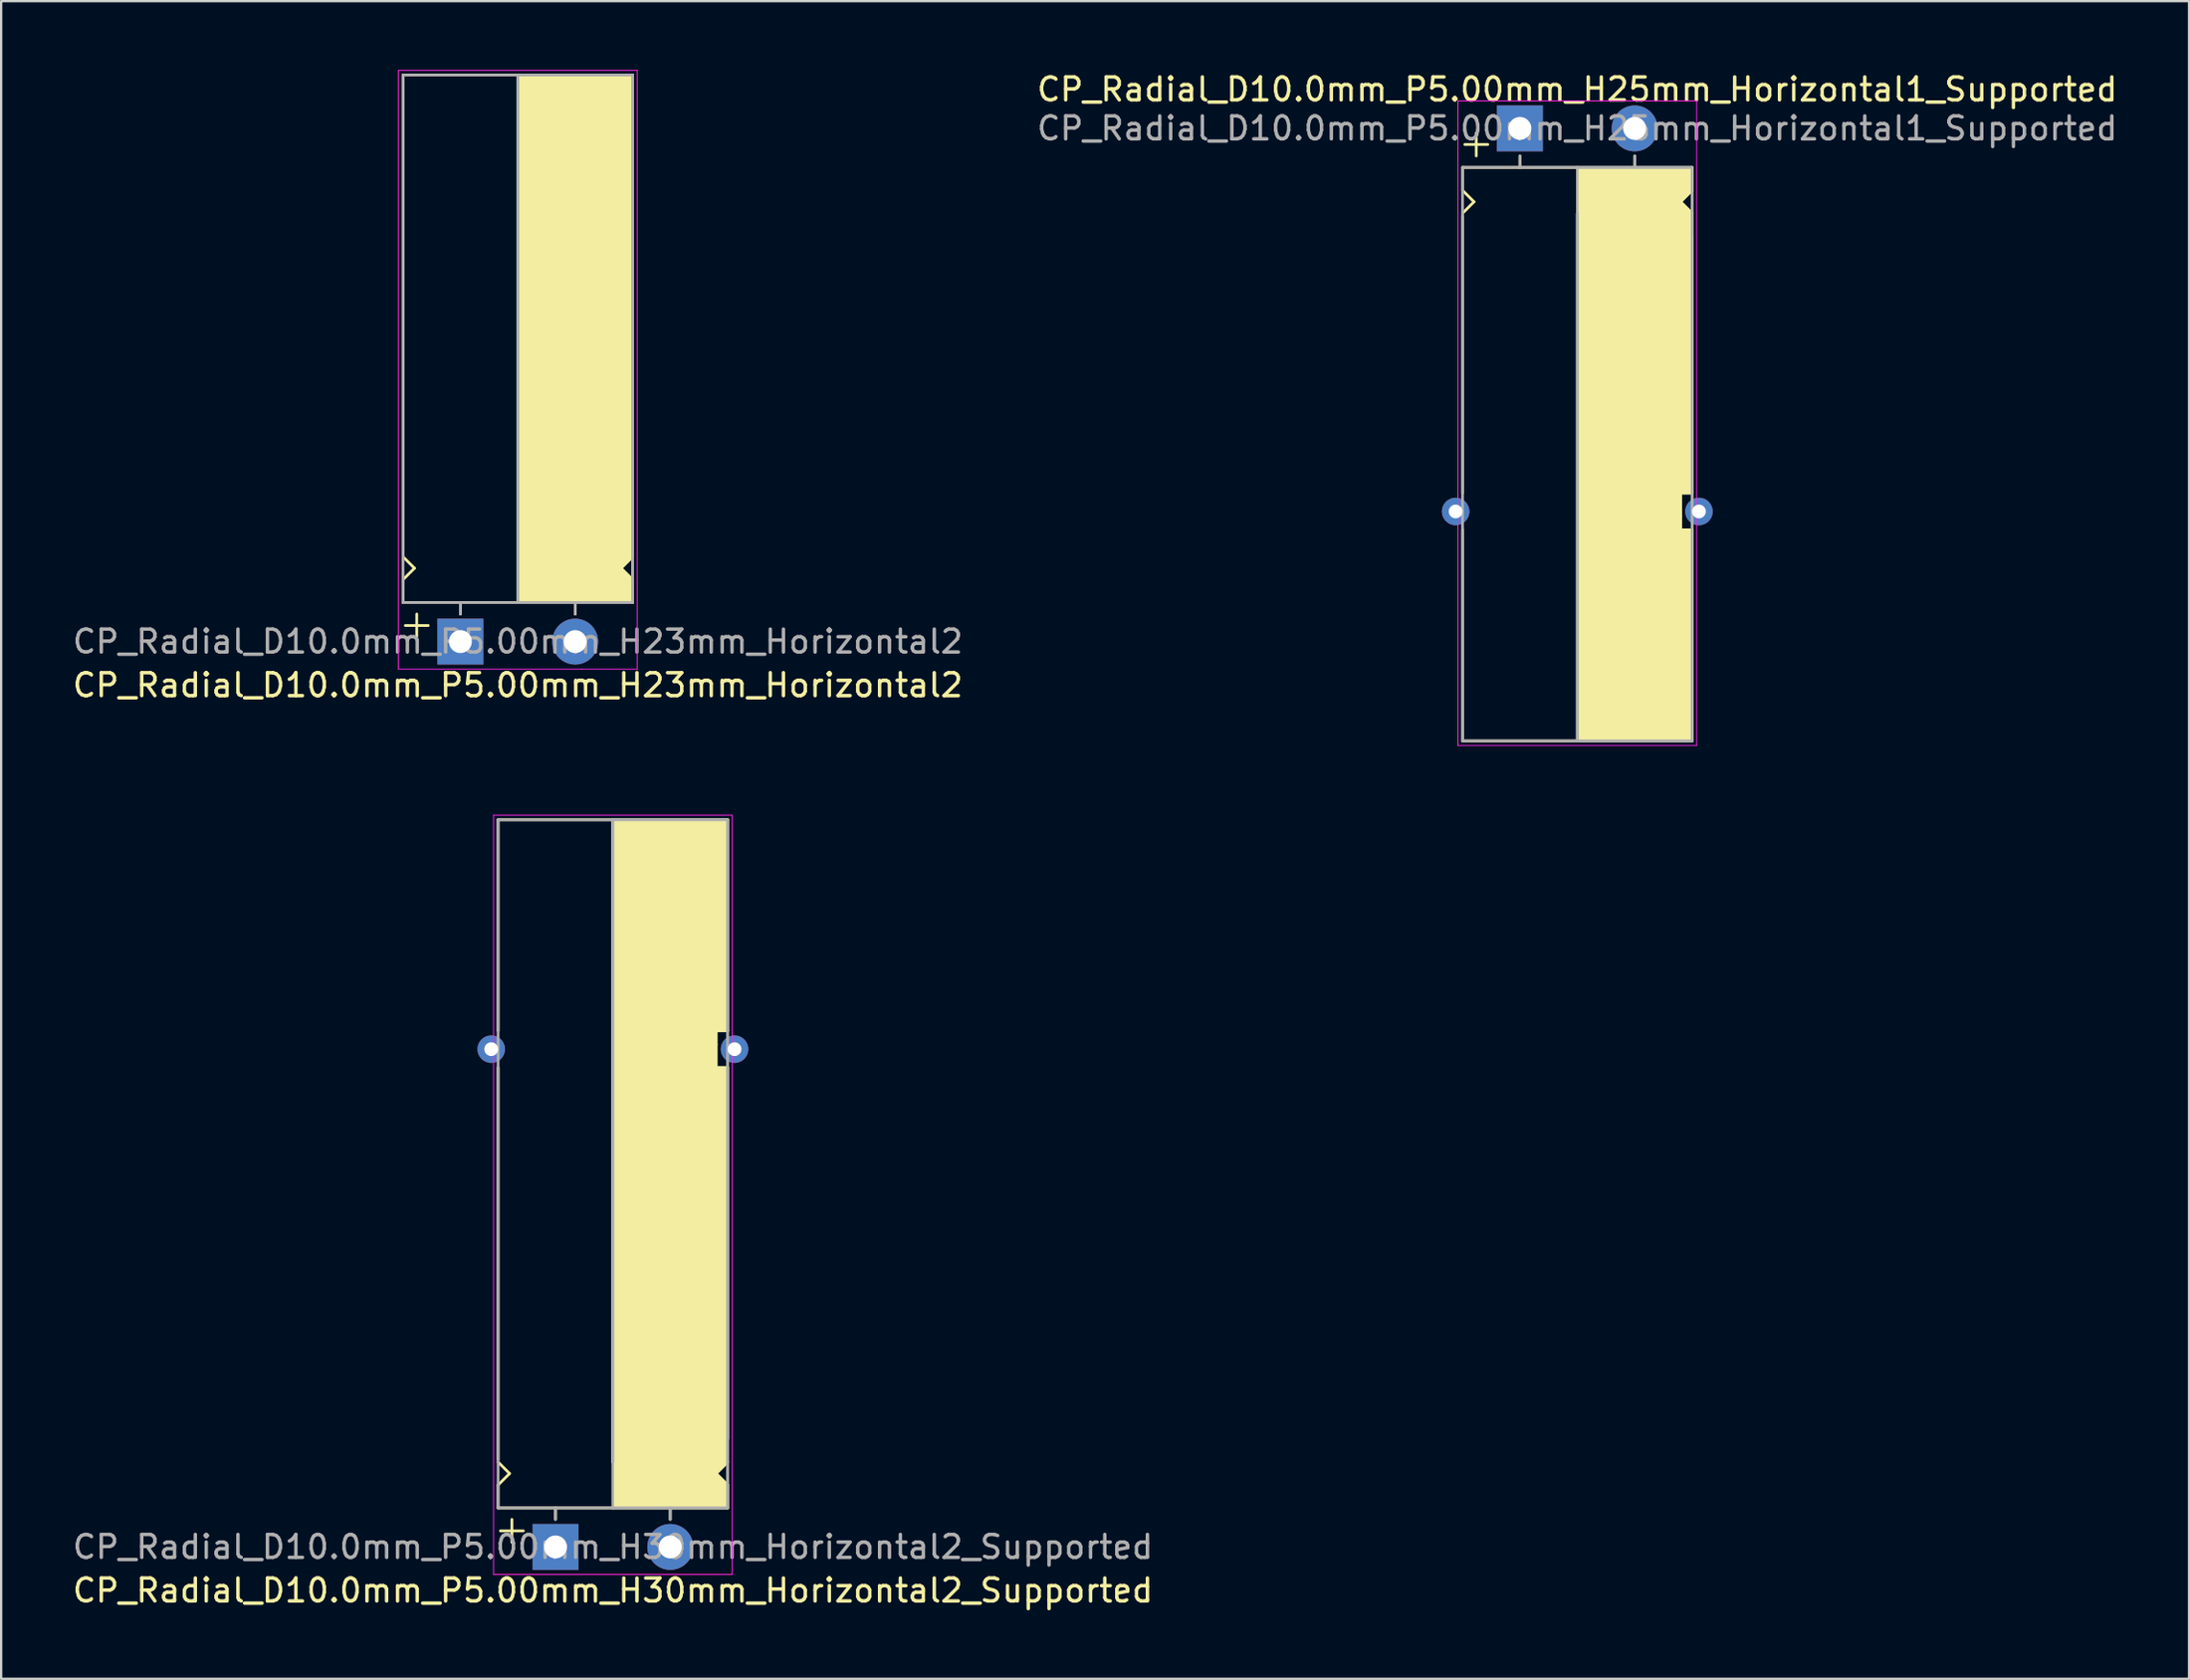
<source format=kicad_pcb>
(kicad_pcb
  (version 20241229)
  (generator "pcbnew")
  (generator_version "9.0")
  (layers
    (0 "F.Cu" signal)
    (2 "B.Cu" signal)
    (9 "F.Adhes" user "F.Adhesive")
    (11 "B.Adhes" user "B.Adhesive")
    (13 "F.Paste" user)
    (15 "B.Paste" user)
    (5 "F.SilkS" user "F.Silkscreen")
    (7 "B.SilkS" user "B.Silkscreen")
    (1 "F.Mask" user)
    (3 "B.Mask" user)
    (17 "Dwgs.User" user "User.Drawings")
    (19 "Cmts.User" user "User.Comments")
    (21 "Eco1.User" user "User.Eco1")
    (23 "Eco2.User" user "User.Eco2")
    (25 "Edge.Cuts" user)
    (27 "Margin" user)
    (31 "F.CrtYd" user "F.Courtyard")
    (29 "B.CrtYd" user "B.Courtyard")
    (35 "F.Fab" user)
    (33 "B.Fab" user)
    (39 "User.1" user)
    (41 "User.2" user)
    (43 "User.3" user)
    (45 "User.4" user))
  (footprint "CP_Radial_D10.0mm_P5.00mm_H23mm_Horizontal2"
    (layer "F.Cu")
    (at 17.006 24.92)
    (property "Reference" "CP_Radial_D10.0mm_P5.00mm_H23mm_Horizontal2" (at 2.5 1.9 0) (layer "F.SilkS") (effects (font (size 1 1) (thickness 0.15))))
    (attr through_hole)
    (fp_line (start -2.5 -24.7) (end 7.5 -24.7) (stroke (width 0.12) (type solid)) (layer "F.SilkS"))
    (fp_line (start -2.5 -11.7) (end -2.5 -24.7) (stroke (width 0.12) (type solid)) (layer "F.SilkS"))
    (fp_line (start -2.5 -3.7) (end -2.5 -11.7) (stroke (width 0.12) (type solid)) (layer "F.SilkS"))
    (fp_line (start -2.5 -2.7) (end -2 -3.2) (stroke (width 0.12) (type solid)) (layer "F.SilkS"))
    (fp_line (start -2.5 -1.7) (end -2.5 -2.7) (stroke (width 0.12) (type solid)) (layer "F.SilkS"))
    (fp_line (start -2 -3.2) (end -2.5 -3.7) (stroke (width 0.12) (type solid)) (layer "F.SilkS"))
    (fp_line (start -1.9 -1.2) (end -1.9 -0.2) (stroke (width 0.12) (type solid)) (layer "F.SilkS"))
    (fp_line (start -1.4 -0.7) (end -2.4 -0.7) (stroke (width 0.12) (type solid)) (layer "F.SilkS"))
    (fp_line (start 0 -1.7) (end 0 -1.2) (stroke (width 0.12) (type solid)) (layer "F.SilkS"))
    (fp_line (start 2.5 -24.7) (end 2.5 -1.7) (stroke (width 0.12) (type solid)) (layer "F.SilkS"))
    (fp_line (start 2.5 -1.7) (end -2.5 -1.7) (stroke (width 0.12) (type solid)) (layer "F.SilkS"))
    (fp_line (start 5 -1.7) (end 5 -1.2) (stroke (width 0.12) (type solid)) (layer "F.SilkS"))
    (fp_line (start 7 -3.2) (end 7.5 -3.7) (stroke (width 0.12) (type solid)) (layer "F.SilkS"))
    (fp_line (start 7.5 -11.7) (end 7.5 -24.7) (stroke (width 0.12) (type solid)) (layer "F.SilkS"))
    (fp_line (start 7.5 -3.7) (end 7.5 -11.7) (stroke (width 0.12) (type solid)) (layer "F.SilkS"))
    (fp_line (start 7.5 -2.7) (end 7 -3.2) (stroke (width 0.12) (type solid)) (layer "F.SilkS"))
    (fp_line (start 7.5 -1.7) (end 2.5 -1.7) (stroke (width 0.12) (type solid)) (layer "F.SilkS"))
    (fp_line (start 7.5 -1.7) (end 7.5 -2.7) (stroke (width 0.12) (type solid)) (layer "F.SilkS"))
    (fp_poly (pts (xy 7.5 -2.7) (xy 7 -3.2) (xy 7.5 -3.7) (xy 7.5 -24.7) (xy 2.5 -24.7) (xy 2.5 -1.7) (xy 7.5 -1.7)) (stroke (width 0.1) (type solid)) (fill yes) (layer "F.SilkS"))
    (fp_line (start -2.7 -24.9) (end -2.7 1.2) (stroke (width 0.04) (type solid)) (layer "F.CrtYd"))
    (fp_line (start -2.7 1.2) (end 5.3 1.2) (stroke (width 0.04) (type solid)) (layer "F.CrtYd"))
    (fp_line (start 5.3 1.2) (end 7.7 1.2) (stroke (width 0.04) (type solid)) (layer "F.CrtYd"))
    (fp_line (start 7.7 -24.9) (end -2.7 -24.9) (stroke (width 0.04) (type solid)) (layer "F.CrtYd"))
    (fp_line (start 7.7 1.2) (end 7.7 -24.9) (stroke (width 0.04) (type solid)) (layer "F.CrtYd"))
    (fp_line (start -2.5 -24.7) (end 7.5 -24.7) (stroke (width 0.12) (type solid)) (layer "F.Fab"))
    (fp_line (start -2.5 -1.7) (end -2.5 -24.7) (stroke (width 0.12) (type solid)) (layer "F.Fab"))
    (fp_line (start 0 -1.7) (end 0 -1.2) (stroke (width 0.12) (type solid)) (layer "F.Fab"))
    (fp_line (start 2.5 -1.7) (end 2.5 -24.7) (stroke (width 0.12) (type solid)) (layer "F.Fab"))
    (fp_line (start 5 -1.7) (end 5 -1.2) (stroke (width 0.12) (type solid)) (layer "F.Fab"))
    (fp_line (start 7.5 -24.7) (end 7.5 -1.7) (stroke (width 0.12) (type solid)) (layer "F.Fab"))
    (fp_line (start 7.5 -1.7) (end -2.5 -1.7) (stroke (width 0.12) (type solid)) (layer "F.Fab"))
    (fp_poly (pts (xy 7.5 -24.7) (xy 2.5 -24.7) (xy 2.5 -1.7) (xy 7.5 -1.7)) (stroke (width 0.1) (type solid)) (fill no) (layer "F.Fab"))
    (fp_text user "${REFERENCE}" (at 2.5 0 0) (layer "F.Fab") (effects (font (size 1 1) (thickness 0.15))))
    (pad "1" thru_hole rect (at 0 0) (size 2 2) (drill 1) (layers "*.Cu" "*.Mask"))
    (pad "2" thru_hole circle (at 5 0) (size 2 2) (drill 1) (layers "*.Cu" "*.Mask")))
  (footprint "CP_Radial_D10.0mm_P5.00mm_H30mm_Horizontal2_Supported"
    (layer "F.Cu")
    (at 21.149 64.388)
    (property "Reference" "CP_Radial_D10.0mm_P5.00mm_H30mm_Horizontal2_Supported" (at 2.5 1.9 0) (layer "F.SilkS") (effects (font (size 1 1) (thickness 0.15))))
    (attr through_hole)
    (fp_line (start -2.5 -31.7) (end 7.5 -31.7) (stroke (width 0.12) (type solid)) (layer "F.SilkS"))
    (fp_line (start -2.5 -22.5) (end -2.5 -31.7) (stroke (width 0.12) (type solid)) (layer "F.SilkS"))
    (fp_line (start -2.5 -3.8) (end -2.5 -20.9) (stroke (width 0.12) (type solid)) (layer "F.SilkS"))
    (fp_line (start -2.5 -2.7) (end -2 -3.2) (stroke (width 0.12) (type solid)) (layer "F.SilkS"))
    (fp_line (start -2.5 -1.7) (end -2.5 -2.7) (stroke (width 0.12) (type solid)) (layer "F.SilkS"))
    (fp_line (start -2 -3.2) (end -2.5 -3.7) (stroke (width 0.12) (type solid)) (layer "F.SilkS"))
    (fp_line (start -1.9 -1.2) (end -1.9 -0.2) (stroke (width 0.12) (type solid)) (layer "F.SilkS"))
    (fp_line (start -1.4 -0.7) (end -2.4 -0.7) (stroke (width 0.12) (type solid)) (layer "F.SilkS"))
    (fp_line (start 0 -1.7) (end 0 -1.2) (stroke (width 0.12) (type solid)) (layer "F.SilkS"))
    (fp_line (start 2.5 -31.7) (end 2.5 -3.7) (stroke (width 0.12) (type solid)) (layer "F.SilkS"))
    (fp_line (start 2.5 -1.7) (end -2.5 -1.7) (stroke (width 0.12) (type solid)) (layer "F.SilkS"))
    (fp_line (start 5 -1.7) (end 5 -1.2) (stroke (width 0.12) (type solid)) (layer "F.SilkS"))
    (fp_line (start 7 -22.5) (end 7 -21.9) (stroke (width 0.12) (type solid)) (layer "F.SilkS"))
    (fp_line (start 7 -21.9) (end 7 -20.9) (stroke (width 0.12) (type solid)) (layer "F.SilkS"))
    (fp_line (start 7 -20.9) (end 7.5 -20.9) (stroke (width 0.12) (type solid)) (layer "F.SilkS"))
    (fp_line (start 7 -3.2) (end 7.5 -3.7) (stroke (width 0.12) (type solid)) (layer "F.SilkS"))
    (fp_line (start 7.5 -22.5) (end 7 -22.5) (stroke (width 0.12) (type solid)) (layer "F.SilkS"))
    (fp_line (start 7.5 -22.5) (end 7.5 -31.7) (stroke (width 0.12) (type solid)) (layer "F.SilkS"))
    (fp_line (start 7.5 -4.7) (end 7.5 -20.9) (stroke (width 0.12) (type solid)) (layer "F.SilkS"))
    (fp_line (start 7.5 -2.7) (end 7 -3.2) (stroke (width 0.12) (type solid)) (layer "F.SilkS"))
    (fp_line (start 7.5 -1.7) (end 2.5 -1.7) (stroke (width 0.12) (type solid)) (layer "F.SilkS"))
    (fp_line (start 7.5 -1.7) (end 7.5 -2.7) (stroke (width 0.12) (type solid)) (layer "F.SilkS"))
    (fp_poly (pts (xy 7.5 -2.7) (xy 7 -3.2) (xy 7.5 -3.7) (xy 7.5 -20.9) (xy 7 -20.9) (xy 7 -22.5) (xy 7.5 -22.5) (xy 7.5 -31.7) (xy 2.5 -31.7) (xy 2.5 -1.7) (xy 7.5 -1.7)) (stroke (width 0.1) (type solid)) (fill yes) (layer "F.SilkS"))
    (fp_line (start -2.7 -31.9) (end -2.7 1.2) (stroke (width 0.04) (type solid)) (layer "F.CrtYd"))
    (fp_line (start -2.7 1.2) (end 5.3 1.2) (stroke (width 0.04) (type solid)) (layer "F.CrtYd"))
    (fp_line (start 5.3 1.2) (end 7.7 1.2) (stroke (width 0.04) (type solid)) (layer "F.CrtYd"))
    (fp_line (start 7.7 -31.9) (end -2.7 -31.9) (stroke (width 0.04) (type solid)) (layer "F.CrtYd"))
    (fp_line (start 7.7 1.2) (end 7.7 -31.9) (stroke (width 0.04) (type solid)) (layer "F.CrtYd"))
    (fp_line (start -2.5 -31.7) (end 7.5 -31.7) (stroke (width 0.12) (type solid)) (layer "F.Fab"))
    (fp_line (start -2.5 -1.7) (end -2.5 -31.7) (stroke (width 0.12) (type solid)) (layer "F.Fab"))
    (fp_line (start 0 -1.7) (end 0 -1.2) (stroke (width 0.12) (type solid)) (layer "F.Fab"))
    (fp_line (start 2.5 -3.7) (end 2.5 -31.7) (stroke (width 0.12) (type solid)) (layer "F.Fab"))
    (fp_line (start 5 -1.7) (end 5 -1.2) (stroke (width 0.12) (type solid)) (layer "F.Fab"))
    (fp_line (start 7.5 -31.7) (end 7.5 -1.7) (stroke (width 0.12) (type solid)) (layer "F.Fab"))
    (fp_line (start 7.5 -1.7) (end -2.5 -1.7) (stroke (width 0.12) (type solid)) (layer "F.Fab"))
    (fp_poly (pts (xy 7.5 -31.7) (xy 2.5 -31.7) (xy 2.5 -1.7) (xy 7.5 -1.7)) (stroke (width 0.1) (type solid)) (fill no) (layer "F.Fab"))
    (fp_text user "${REFERENCE}" (at 2.5 0 0) (layer "F.Fab") (effects (font (size 1 1) (thickness 0.15))))
    (pad "" thru_hole circle (at -2.8 -21.7 180) (size 1.2 1.2) (drill 0.6) (layers "*.Cu" "*.Mask"))
    (pad "" thru_hole circle (at 7.8 -21.7 180) (size 1.2 1.2) (drill 0.6) (layers "*.Cu" "*.Mask"))
    (pad "1" thru_hole rect (at 0 0) (size 2 2) (drill 1) (layers "*.Cu" "*.Mask"))
    (pad "2" thru_hole circle (at 5 0) (size 2 2) (drill 1) (layers "*.Cu" "*.Mask")))
  (footprint "CP_Radial_D10.0mm_P5.00mm_H25mm_Horizontal1_Supported"
    (layer "F.Cu")
    (at 63.161 2.548)
    (property "Reference" "CP_Radial_D10.0mm_P5.00mm_H25mm_Horizontal1_Supported" (at 2.5 -1.7 0) (layer "F.SilkS") (effects (font (size 1 1) (thickness 0.15))))
    (attr through_hole)
    (fp_line (start -2.5 1.7) (end -2.5 2.7) (stroke (width 0.12) (type solid)) (layer "F.SilkS"))
    (fp_line (start -2.5 2.7) (end -2 3.2) (stroke (width 0.12) (type solid)) (layer "F.SilkS"))
    (fp_line (start -2.5 3.8) (end -2.5 15.9) (stroke (width 0.12) (type solid)) (layer "F.SilkS"))
    (fp_line (start -2.5 17.5) (end -2.5 26.7) (stroke (width 0.12) (type solid)) (layer "F.SilkS"))
    (fp_line (start -2.5 26.7) (end 7.5 26.7) (stroke (width 0.12) (type solid)) (layer "F.SilkS"))
    (fp_line (start -2 3.2) (end -2.5 3.7) (stroke (width 0.12) (type solid)) (layer "F.SilkS"))
    (fp_line (start -1.9 0.2) (end -1.9 1.2) (stroke (width 0.12) (type solid)) (layer "F.SilkS"))
    (fp_line (start -1.4 0.7) (end -2.4 0.7) (stroke (width 0.12) (type solid)) (layer "F.SilkS"))
    (fp_line (start 0 1.7) (end 0 1.2) (stroke (width 0.12) (type solid)) (layer "F.SilkS"))
    (fp_line (start 2.5 1.7) (end -2.5 1.7) (stroke (width 0.12) (type solid)) (layer "F.SilkS"))
    (fp_line (start 2.5 26.7) (end 2.5 3.7) (stroke (width 0.12) (type solid)) (layer "F.SilkS"))
    (fp_line (start 5 1.7) (end 5 1.2) (stroke (width 0.12) (type solid)) (layer "F.SilkS"))
    (fp_line (start 7 3.2) (end 7.5 3.7) (stroke (width 0.12) (type solid)) (layer "F.SilkS"))
    (fp_line (start 7 15.9) (end 7.5 15.9) (stroke (width 0.12) (type solid)) (layer "F.SilkS"))
    (fp_line (start 7 16.9) (end 7 15.9) (stroke (width 0.12) (type solid)) (layer "F.SilkS"))
    (fp_line (start 7 17.5) (end 7 16.9) (stroke (width 0.12) (type solid)) (layer "F.SilkS"))
    (fp_line (start 7.5 1.7) (end 2.5 1.7) (stroke (width 0.12) (type solid)) (layer "F.SilkS"))
    (fp_line (start 7.5 1.7) (end 7.5 2.7) (stroke (width 0.12) (type solid)) (layer "F.SilkS"))
    (fp_line (start 7.5 2.7) (end 7 3.2) (stroke (width 0.12) (type solid)) (layer "F.SilkS"))
    (fp_line (start 7.5 4.7) (end 7.5 15.9) (stroke (width 0.12) (type solid)) (layer "F.SilkS"))
    (fp_line (start 7.5 17.5) (end 7 17.5) (stroke (width 0.12) (type solid)) (layer "F.SilkS"))
    (fp_line (start 7.5 17.5) (end 7.5 26.7) (stroke (width 0.12) (type solid)) (layer "F.SilkS"))
    (fp_poly (pts (xy 7.5 2.7) (xy 7 3.2) (xy 7.5 3.7) (xy 7.5 15.9) (xy 7 15.9) (xy 7 17.5) (xy 7.5 17.5) (xy 7.5 26.7) (xy 2.5 26.7) (xy 2.5 1.7) (xy 7.5 1.7)) (stroke (width 0.1) (type solid)) (fill yes) (layer "F.SilkS"))
    (fp_line (start -2.7 -1.2) (end 5.3 -1.2) (stroke (width 0.04) (type solid)) (layer "F.CrtYd"))
    (fp_line (start -2.7 26.9) (end -2.7 -1.2) (stroke (width 0.04) (type solid)) (layer "F.CrtYd"))
    (fp_line (start 5.3 -1.2) (end 7.7 -1.2) (stroke (width 0.04) (type solid)) (layer "F.CrtYd"))
    (fp_line (start 7.7 -1.2) (end 7.7 26.9) (stroke (width 0.04) (type solid)) (layer "F.CrtYd"))
    (fp_line (start 7.7 26.9) (end -2.7 26.9) (stroke (width 0.04) (type solid)) (layer "F.CrtYd"))
    (fp_line (start -2.5 1.7) (end -2.5 26.7) (stroke (width 0.12) (type solid)) (layer "F.Fab"))
    (fp_line (start -2.5 26.7) (end 7.5 26.7) (stroke (width 0.12) (type solid)) (layer "F.Fab"))
    (fp_line (start 0 1.7) (end 0 1.2) (stroke (width 0.12) (type solid)) (layer "F.Fab"))
    (fp_line (start 2.5 3.7) (end 2.5 26.7) (stroke (width 0.12) (type solid)) (layer "F.Fab"))
    (fp_line (start 5 1.7) (end 5 1.2) (stroke (width 0.12) (type solid)) (layer "F.Fab"))
    (fp_line (start 7.5 1.7) (end -2.5 1.7) (stroke (width 0.12) (type solid)) (layer "F.Fab"))
    (fp_line (start 7.5 26.7) (end 7.5 1.7) (stroke (width 0.12) (type solid)) (layer "F.Fab"))
    (fp_poly (pts (xy 7.5 26.7) (xy 2.5 26.7) (xy 2.5 1.7) (xy 7.5 1.7)) (stroke (width 0.1) (type solid)) (fill no) (layer "F.Fab"))
    (fp_text user "${REFERENCE}" (at 2.5 0 0) (layer "F.Fab") (effects (font (size 1 1) (thickness 0.15))))
    (pad "" thru_hole circle (at -2.8 16.7) (size 1.2 1.2) (drill 0.6) (layers "*.Cu" "*.Mask"))
    (pad "" thru_hole circle (at 7.8 16.7) (size 1.2 1.2) (drill 0.6) (layers "*.Cu" "*.Mask"))
    (pad "1" thru_hole rect (at 0 0) (size 2 2) (drill 1) (layers "*.Cu" "*.Mask"))
    (pad "2" thru_hole circle (at 5 0) (size 2 2) (drill 1) (layers "*.Cu" "*.Mask")))
  (gr_rect
    (start -3 -3)
    (end 92.31 70.136)
    (stroke (width 0.1) (type default))
    (fill no)
    (layer "Edge.Cuts")))
</source>
